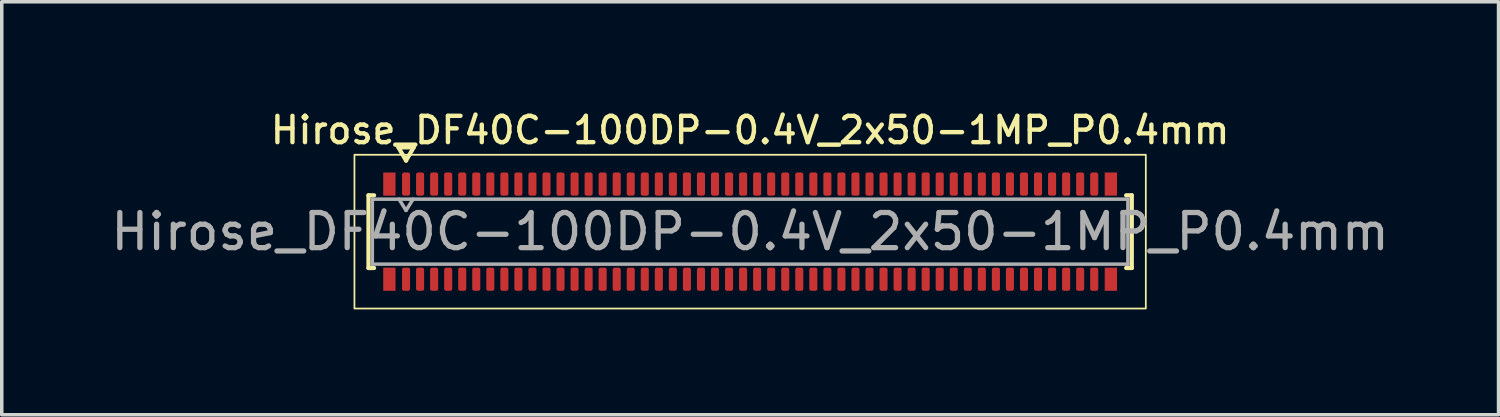
<source format=kicad_pcb>
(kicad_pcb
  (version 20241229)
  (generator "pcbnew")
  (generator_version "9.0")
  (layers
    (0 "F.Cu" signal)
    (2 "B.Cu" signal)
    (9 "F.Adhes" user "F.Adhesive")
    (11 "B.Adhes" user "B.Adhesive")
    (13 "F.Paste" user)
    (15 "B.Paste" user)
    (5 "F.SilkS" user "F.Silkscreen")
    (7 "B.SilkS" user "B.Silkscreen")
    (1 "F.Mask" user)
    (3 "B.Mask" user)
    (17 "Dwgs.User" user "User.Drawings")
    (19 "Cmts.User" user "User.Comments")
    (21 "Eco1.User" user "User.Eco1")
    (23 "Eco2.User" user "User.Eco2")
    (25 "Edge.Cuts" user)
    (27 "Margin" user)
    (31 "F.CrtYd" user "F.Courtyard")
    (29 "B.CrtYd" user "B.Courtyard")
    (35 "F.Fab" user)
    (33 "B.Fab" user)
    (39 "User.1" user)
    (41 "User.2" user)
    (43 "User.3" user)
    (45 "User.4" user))
  (footprint "Hirose_DF40C-100DP-0.4V_2x50-1MP_P0.4mm"
    (layer "F.Cu")
    (at 18.315 3.548)
    (property "Reference" "Hirose_DF40C-100DP-0.4V_2x50-1MP_P0.4mm" (at 0 -2.89 0) (layer "F.SilkS") (effects (font (size 0.75 0.75) (thickness 0.125))))
    (attr smd)
    (fp_line (start -10.87 -1.035) (end -10.71 -1.035) (stroke (width 0.12) (type solid)) (layer "F.SilkS"))
    (fp_line (start -10.87 1.035) (end -10.87 -1.035) (stroke (width 0.12) (type solid)) (layer "F.SilkS"))
    (fp_line (start -10.71 1.035) (end -10.87 1.035) (stroke (width 0.12) (type solid)) (layer "F.SilkS"))
    (fp_line (start -10.017 -2.4) (end -9.8 -2.025) (stroke (width 0.12) (type solid)) (layer "F.SilkS"))
    (fp_line (start -9.8 -2.025) (end -9.583 -2.4) (stroke (width 0.12) (type solid)) (layer "F.SilkS"))
    (fp_line (start -9.583 -2.4) (end -10.017 -2.4) (stroke (width 0.12) (type solid)) (layer "F.SilkS"))
    (fp_line (start 10.71 -1.035) (end 10.87 -1.035) (stroke (width 0.12) (type solid)) (layer "F.SilkS"))
    (fp_line (start 10.87 -1.035) (end 10.87 1.035) (stroke (width 0.12) (type solid)) (layer "F.SilkS"))
    (fp_line (start 10.87 1.035) (end 10.71 1.035) (stroke (width 0.12) (type solid)) (layer "F.SilkS"))
    (fp_rect (start -11.27 -2.19) (end 11.27 2.19) (stroke (width 0.05) (type solid)) (fill no) (layer "F.SilkS"))
    (fp_line (start -10.76 -0.925) (end 10.76 -0.925) (stroke (width 0.1) (type solid)) (layer "F.Fab"))
    (fp_line (start -10.76 0.925) (end -10.76 -0.925) (stroke (width 0.1) (type solid)) (layer "F.Fab"))
    (fp_line (start -10 -0.925) (end -9.8 -0.605) (stroke (width 0.1) (type solid)) (layer "F.Fab"))
    (fp_line (start -9.8 -0.605) (end -9.6 -0.925) (stroke (width 0.1) (type solid)) (layer "F.Fab"))
    (fp_line (start 10.76 -0.925) (end 10.76 0.925) (stroke (width 0.1) (type solid)) (layer "F.Fab"))
    (fp_line (start 10.76 0.925) (end -10.76 0.925) (stroke (width 0.1) (type solid)) (layer "F.Fab"))
    (fp_text user "${REFERENCE}" (at 0 0 0) (layer "F.Fab") (effects (font (size 1 1) (thickness 0.15))))
    (pad "1" smd roundrect (at -9.8 -1.355) (size 0.23 0.66) (layers "F.Cu" "F.Mask" "F.Paste") (roundrect_rratio 0.25))
    (pad "2" smd roundrect (at -9.8 1.355) (size 0.23 0.66) (layers "F.Cu" "F.Mask" "F.Paste") (roundrect_rratio 0.25))
    (pad "3" smd roundrect (at -9.4 -1.355) (size 0.23 0.66) (layers "F.Cu" "F.Mask" "F.Paste") (roundrect_rratio 0.25))
    (pad "4" smd roundrect (at -9.4 1.355) (size 0.23 0.66) (layers "F.Cu" "F.Mask" "F.Paste") (roundrect_rratio 0.25))
    (pad "5" smd roundrect (at -9 -1.355) (size 0.23 0.66) (layers "F.Cu" "F.Mask" "F.Paste") (roundrect_rratio 0.25))
    (pad "6" smd roundrect (at -9 1.355) (size 0.23 0.66) (layers "F.Cu" "F.Mask" "F.Paste") (roundrect_rratio 0.25))
    (pad "7" smd roundrect (at -8.6 -1.355) (size 0.23 0.66) (layers "F.Cu" "F.Mask" "F.Paste") (roundrect_rratio 0.25))
    (pad "8" smd roundrect (at -8.6 1.355) (size 0.23 0.66) (layers "F.Cu" "F.Mask" "F.Paste") (roundrect_rratio 0.25))
    (pad "9" smd roundrect (at -8.2 -1.355) (size 0.23 0.66) (layers "F.Cu" "F.Mask" "F.Paste") (roundrect_rratio 0.25))
    (pad "10" smd roundrect (at -8.2 1.355) (size 0.23 0.66) (layers "F.Cu" "F.Mask" "F.Paste") (roundrect_rratio 0.25))
    (pad "11" smd roundrect (at -7.8 -1.355) (size 0.23 0.66) (layers "F.Cu" "F.Mask" "F.Paste") (roundrect_rratio 0.25))
    (pad "12" smd roundrect (at -7.8 1.355) (size 0.23 0.66) (layers "F.Cu" "F.Mask" "F.Paste") (roundrect_rratio 0.25))
    (pad "13" smd roundrect (at -7.4 -1.355) (size 0.23 0.66) (layers "F.Cu" "F.Mask" "F.Paste") (roundrect_rratio 0.25))
    (pad "14" smd roundrect (at -7.4 1.355) (size 0.23 0.66) (layers "F.Cu" "F.Mask" "F.Paste") (roundrect_rratio 0.25))
    (pad "15" smd roundrect (at -7 -1.355) (size 0.23 0.66) (layers "F.Cu" "F.Mask" "F.Paste") (roundrect_rratio 0.25))
    (pad "16" smd roundrect (at -7 1.355) (size 0.23 0.66) (layers "F.Cu" "F.Mask" "F.Paste") (roundrect_rratio 0.25))
    (pad "17" smd roundrect (at -6.6 -1.355) (size 0.23 0.66) (layers "F.Cu" "F.Mask" "F.Paste") (roundrect_rratio 0.25))
    (pad "18" smd roundrect (at -6.6 1.355) (size 0.23 0.66) (layers "F.Cu" "F.Mask" "F.Paste") (roundrect_rratio 0.25))
    (pad "19" smd roundrect (at -6.2 -1.355) (size 0.23 0.66) (layers "F.Cu" "F.Mask" "F.Paste") (roundrect_rratio 0.25))
    (pad "20" smd roundrect (at -6.2 1.355) (size 0.23 0.66) (layers "F.Cu" "F.Mask" "F.Paste") (roundrect_rratio 0.25))
    (pad "21" smd roundrect (at -5.8 -1.355) (size 0.23 0.66) (layers "F.Cu" "F.Mask" "F.Paste") (roundrect_rratio 0.25))
    (pad "22" smd roundrect (at -5.8 1.355) (size 0.23 0.66) (layers "F.Cu" "F.Mask" "F.Paste") (roundrect_rratio 0.25))
    (pad "23" smd roundrect (at -5.4 -1.355) (size 0.23 0.66) (layers "F.Cu" "F.Mask" "F.Paste") (roundrect_rratio 0.25))
    (pad "24" smd roundrect (at -5.4 1.355) (size 0.23 0.66) (layers "F.Cu" "F.Mask" "F.Paste") (roundrect_rratio 0.25))
    (pad "25" smd roundrect (at -5 -1.355) (size 0.23 0.66) (layers "F.Cu" "F.Mask" "F.Paste") (roundrect_rratio 0.25))
    (pad "26" smd roundrect (at -5 1.355) (size 0.23 0.66) (layers "F.Cu" "F.Mask" "F.Paste") (roundrect_rratio 0.25))
    (pad "27" smd roundrect (at -4.6 -1.355) (size 0.23 0.66) (layers "F.Cu" "F.Mask" "F.Paste") (roundrect_rratio 0.25))
    (pad "28" smd roundrect (at -4.6 1.355) (size 0.23 0.66) (layers "F.Cu" "F.Mask" "F.Paste") (roundrect_rratio 0.25))
    (pad "29" smd roundrect (at -4.2 -1.355) (size 0.23 0.66) (layers "F.Cu" "F.Mask" "F.Paste") (roundrect_rratio 0.25))
    (pad "30" smd roundrect (at -4.2 1.355) (size 0.23 0.66) (layers "F.Cu" "F.Mask" "F.Paste") (roundrect_rratio 0.25))
    (pad "31" smd roundrect (at -3.8 -1.355) (size 0.23 0.66) (layers "F.Cu" "F.Mask" "F.Paste") (roundrect_rratio 0.25))
    (pad "32" smd roundrect (at -3.8 1.355) (size 0.23 0.66) (layers "F.Cu" "F.Mask" "F.Paste") (roundrect_rratio 0.25))
    (pad "33" smd roundrect (at -3.4 -1.355) (size 0.23 0.66) (layers "F.Cu" "F.Mask" "F.Paste") (roundrect_rratio 0.25))
    (pad "34" smd roundrect (at -3.4 1.355) (size 0.23 0.66) (layers "F.Cu" "F.Mask" "F.Paste") (roundrect_rratio 0.25))
    (pad "35" smd roundrect (at -3 -1.355) (size 0.23 0.66) (layers "F.Cu" "F.Mask" "F.Paste") (roundrect_rratio 0.25))
    (pad "36" smd roundrect (at -3 1.355) (size 0.23 0.66) (layers "F.Cu" "F.Mask" "F.Paste") (roundrect_rratio 0.25))
    (pad "37" smd roundrect (at -2.6 -1.355) (size 0.23 0.66) (layers "F.Cu" "F.Mask" "F.Paste") (roundrect_rratio 0.25))
    (pad "38" smd roundrect (at -2.6 1.355) (size 0.23 0.66) (layers "F.Cu" "F.Mask" "F.Paste") (roundrect_rratio 0.25))
    (pad "39" smd roundrect (at -2.2 -1.355) (size 0.23 0.66) (layers "F.Cu" "F.Mask" "F.Paste") (roundrect_rratio 0.25))
    (pad "40" smd roundrect (at -2.2 1.355) (size 0.23 0.66) (layers "F.Cu" "F.Mask" "F.Paste") (roundrect_rratio 0.25))
    (pad "41" smd roundrect (at -1.8 -1.355) (size 0.23 0.66) (layers "F.Cu" "F.Mask" "F.Paste") (roundrect_rratio 0.25))
    (pad "42" smd roundrect (at -1.8 1.355) (size 0.23 0.66) (layers "F.Cu" "F.Mask" "F.Paste") (roundrect_rratio 0.25))
    (pad "43" smd roundrect (at -1.4 -1.355) (size 0.23 0.66) (layers "F.Cu" "F.Mask" "F.Paste") (roundrect_rratio 0.25))
    (pad "44" smd roundrect (at -1.4 1.355) (size 0.23 0.66) (layers "F.Cu" "F.Mask" "F.Paste") (roundrect_rratio 0.25))
    (pad "45" smd roundrect (at -1 -1.355) (size 0.23 0.66) (layers "F.Cu" "F.Mask" "F.Paste") (roundrect_rratio 0.25))
    (pad "46" smd roundrect (at -1 1.355) (size 0.23 0.66) (layers "F.Cu" "F.Mask" "F.Paste") (roundrect_rratio 0.25))
    (pad "47" smd roundrect (at -0.6 -1.355) (size 0.23 0.66) (layers "F.Cu" "F.Mask" "F.Paste") (roundrect_rratio 0.25))
    (pad "48" smd roundrect (at -0.6 1.355) (size 0.23 0.66) (layers "F.Cu" "F.Mask" "F.Paste") (roundrect_rratio 0.25))
    (pad "49" smd roundrect (at -0.2 -1.355) (size 0.23 0.66) (layers "F.Cu" "F.Mask" "F.Paste") (roundrect_rratio 0.25))
    (pad "50" smd roundrect (at -0.2 1.355) (size 0.23 0.66) (layers "F.Cu" "F.Mask" "F.Paste") (roundrect_rratio 0.25))
    (pad "51" smd roundrect (at 0.2 -1.355) (size 0.23 0.66) (layers "F.Cu" "F.Mask" "F.Paste") (roundrect_rratio 0.25))
    (pad "52" smd roundrect (at 0.2 1.355) (size 0.23 0.66) (layers "F.Cu" "F.Mask" "F.Paste") (roundrect_rratio 0.25))
    (pad "53" smd roundrect (at 0.6 -1.355) (size 0.23 0.66) (layers "F.Cu" "F.Mask" "F.Paste") (roundrect_rratio 0.25))
    (pad "54" smd roundrect (at 0.6 1.355) (size 0.23 0.66) (layers "F.Cu" "F.Mask" "F.Paste") (roundrect_rratio 0.25))
    (pad "55" smd roundrect (at 1 -1.355) (size 0.23 0.66) (layers "F.Cu" "F.Mask" "F.Paste") (roundrect_rratio 0.25))
    (pad "56" smd roundrect (at 1 1.355) (size 0.23 0.66) (layers "F.Cu" "F.Mask" "F.Paste") (roundrect_rratio 0.25))
    (pad "57" smd roundrect (at 1.4 -1.355) (size 0.23 0.66) (layers "F.Cu" "F.Mask" "F.Paste") (roundrect_rratio 0.25))
    (pad "58" smd roundrect (at 1.4 1.355) (size 0.23 0.66) (layers "F.Cu" "F.Mask" "F.Paste") (roundrect_rratio 0.25))
    (pad "59" smd roundrect (at 1.8 -1.355) (size 0.23 0.66) (layers "F.Cu" "F.Mask" "F.Paste") (roundrect_rratio 0.25))
    (pad "60" smd roundrect (at 1.8 1.355) (size 0.23 0.66) (layers "F.Cu" "F.Mask" "F.Paste") (roundrect_rratio 0.25))
    (pad "61" smd roundrect (at 2.2 -1.355) (size 0.23 0.66) (layers "F.Cu" "F.Mask" "F.Paste") (roundrect_rratio 0.25))
    (pad "62" smd roundrect (at 2.2 1.355) (size 0.23 0.66) (layers "F.Cu" "F.Mask" "F.Paste") (roundrect_rratio 0.25))
    (pad "63" smd roundrect (at 2.6 -1.355) (size 0.23 0.66) (layers "F.Cu" "F.Mask" "F.Paste") (roundrect_rratio 0.25))
    (pad "64" smd roundrect (at 2.6 1.355) (size 0.23 0.66) (layers "F.Cu" "F.Mask" "F.Paste") (roundrect_rratio 0.25))
    (pad "65" smd roundrect (at 3 -1.355) (size 0.23 0.66) (layers "F.Cu" "F.Mask" "F.Paste") (roundrect_rratio 0.25))
    (pad "66" smd roundrect (at 3 1.355) (size 0.23 0.66) (layers "F.Cu" "F.Mask" "F.Paste") (roundrect_rratio 0.25))
    (pad "67" smd roundrect (at 3.4 -1.355) (size 0.23 0.66) (layers "F.Cu" "F.Mask" "F.Paste") (roundrect_rratio 0.25))
    (pad "68" smd roundrect (at 3.4 1.355) (size 0.23 0.66) (layers "F.Cu" "F.Mask" "F.Paste") (roundrect_rratio 0.25))
    (pad "69" smd roundrect (at 3.8 -1.355) (size 0.23 0.66) (layers "F.Cu" "F.Mask" "F.Paste") (roundrect_rratio 0.25))
    (pad "70" smd roundrect (at 3.8 1.355) (size 0.23 0.66) (layers "F.Cu" "F.Mask" "F.Paste") (roundrect_rratio 0.25))
    (pad "71" smd roundrect (at 4.2 -1.355) (size 0.23 0.66) (layers "F.Cu" "F.Mask" "F.Paste") (roundrect_rratio 0.25))
    (pad "72" smd roundrect (at 4.2 1.355) (size 0.23 0.66) (layers "F.Cu" "F.Mask" "F.Paste") (roundrect_rratio 0.25))
    (pad "73" smd roundrect (at 4.6 -1.355) (size 0.23 0.66) (layers "F.Cu" "F.Mask" "F.Paste") (roundrect_rratio 0.25))
    (pad "74" smd roundrect (at 4.6 1.355) (size 0.23 0.66) (layers "F.Cu" "F.Mask" "F.Paste") (roundrect_rratio 0.25))
    (pad "75" smd roundrect (at 5 -1.355) (size 0.23 0.66) (layers "F.Cu" "F.Mask" "F.Paste") (roundrect_rratio 0.25))
    (pad "76" smd roundrect (at 5 1.355) (size 0.23 0.66) (layers "F.Cu" "F.Mask" "F.Paste") (roundrect_rratio 0.25))
    (pad "77" smd roundrect (at 5.4 -1.355) (size 0.23 0.66) (layers "F.Cu" "F.Mask" "F.Paste") (roundrect_rratio 0.25))
    (pad "78" smd roundrect (at 5.4 1.355) (size 0.23 0.66) (layers "F.Cu" "F.Mask" "F.Paste") (roundrect_rratio 0.25))
    (pad "79" smd roundrect (at 5.8 -1.355) (size 0.23 0.66) (layers "F.Cu" "F.Mask" "F.Paste") (roundrect_rratio 0.25))
    (pad "80" smd roundrect (at 5.8 1.355) (size 0.23 0.66) (layers "F.Cu" "F.Mask" "F.Paste") (roundrect_rratio 0.25))
    (pad "81" smd roundrect (at 6.2 -1.355) (size 0.23 0.66) (layers "F.Cu" "F.Mask" "F.Paste") (roundrect_rratio 0.25))
    (pad "82" smd roundrect (at 6.2 1.355) (size 0.23 0.66) (layers "F.Cu" "F.Mask" "F.Paste") (roundrect_rratio 0.25))
    (pad "83" smd roundrect (at 6.6 -1.355) (size 0.23 0.66) (layers "F.Cu" "F.Mask" "F.Paste") (roundrect_rratio 0.25))
    (pad "84" smd roundrect (at 6.6 1.355) (size 0.23 0.66) (layers "F.Cu" "F.Mask" "F.Paste") (roundrect_rratio 0.25))
    (pad "85" smd roundrect (at 7 -1.355) (size 0.23 0.66) (layers "F.Cu" "F.Mask" "F.Paste") (roundrect_rratio 0.25))
    (pad "86" smd roundrect (at 7 1.355) (size 0.23 0.66) (layers "F.Cu" "F.Mask" "F.Paste") (roundrect_rratio 0.25))
    (pad "87" smd roundrect (at 7.4 -1.355) (size 0.23 0.66) (layers "F.Cu" "F.Mask" "F.Paste") (roundrect_rratio 0.25))
    (pad "88" smd roundrect (at 7.4 1.355) (size 0.23 0.66) (layers "F.Cu" "F.Mask" "F.Paste") (roundrect_rratio 0.25))
    (pad "89" smd roundrect (at 7.8 -1.355) (size 0.23 0.66) (layers "F.Cu" "F.Mask" "F.Paste") (roundrect_rratio 0.25))
    (pad "90" smd roundrect (at 7.8 1.355) (size 0.23 0.66) (layers "F.Cu" "F.Mask" "F.Paste") (roundrect_rratio 0.25))
    (pad "91" smd roundrect (at 8.2 -1.355) (size 0.23 0.66) (layers "F.Cu" "F.Mask" "F.Paste") (roundrect_rratio 0.25))
    (pad "92" smd roundrect (at 8.2 1.355) (size 0.23 0.66) (layers "F.Cu" "F.Mask" "F.Paste") (roundrect_rratio 0.25))
    (pad "93" smd roundrect (at 8.6 -1.355) (size 0.23 0.66) (layers "F.Cu" "F.Mask" "F.Paste") (roundrect_rratio 0.25))
    (pad "94" smd roundrect (at 8.6 1.355) (size 0.23 0.66) (layers "F.Cu" "F.Mask" "F.Paste") (roundrect_rratio 0.25))
    (pad "95" smd roundrect (at 9 -1.355) (size 0.23 0.66) (layers "F.Cu" "F.Mask" "F.Paste") (roundrect_rratio 0.25))
    (pad "96" smd roundrect (at 9 1.355) (size 0.23 0.66) (layers "F.Cu" "F.Mask" "F.Paste") (roundrect_rratio 0.25))
    (pad "97" smd roundrect (at 9.4 -1.355) (size 0.23 0.66) (layers "F.Cu" "F.Mask" "F.Paste") (roundrect_rratio 0.25))
    (pad "98" smd roundrect (at 9.4 1.355) (size 0.23 0.66) (layers "F.Cu" "F.Mask" "F.Paste") (roundrect_rratio 0.25))
    (pad "99" smd roundrect (at 9.8 -1.355) (size 0.23 0.66) (layers "F.Cu" "F.Mask" "F.Paste") (roundrect_rratio 0.25))
    (pad "100" smd roundrect (at 9.8 1.355) (size 0.23 0.66) (layers "F.Cu" "F.Mask" "F.Paste") (roundrect_rratio 0.25))
    (pad "MP" smd rect (at -10.275 -1.355) (size 0.35 0.66) (layers "F.Cu" "F.Mask" "F.Paste"))
    (pad "MP" smd rect (at -10.275 1.355) (size 0.35 0.66) (layers "F.Cu" "F.Mask" "F.Paste"))
    (pad "MP" smd rect (at 10.275 -1.355) (size 0.35 0.66) (layers "F.Cu" "F.Mask" "F.Paste"))
    (pad "MP" smd rect (at 10.275 1.355) (size 0.35 0.66) (layers "F.Cu" "F.Mask" "F.Paste")))
  (gr_rect
    (start -3 -3)
    (end 39.631 8.763)
    (stroke (width 0.1) (type default))
    (fill no)
    (layer "Edge.Cuts")))
</source>
